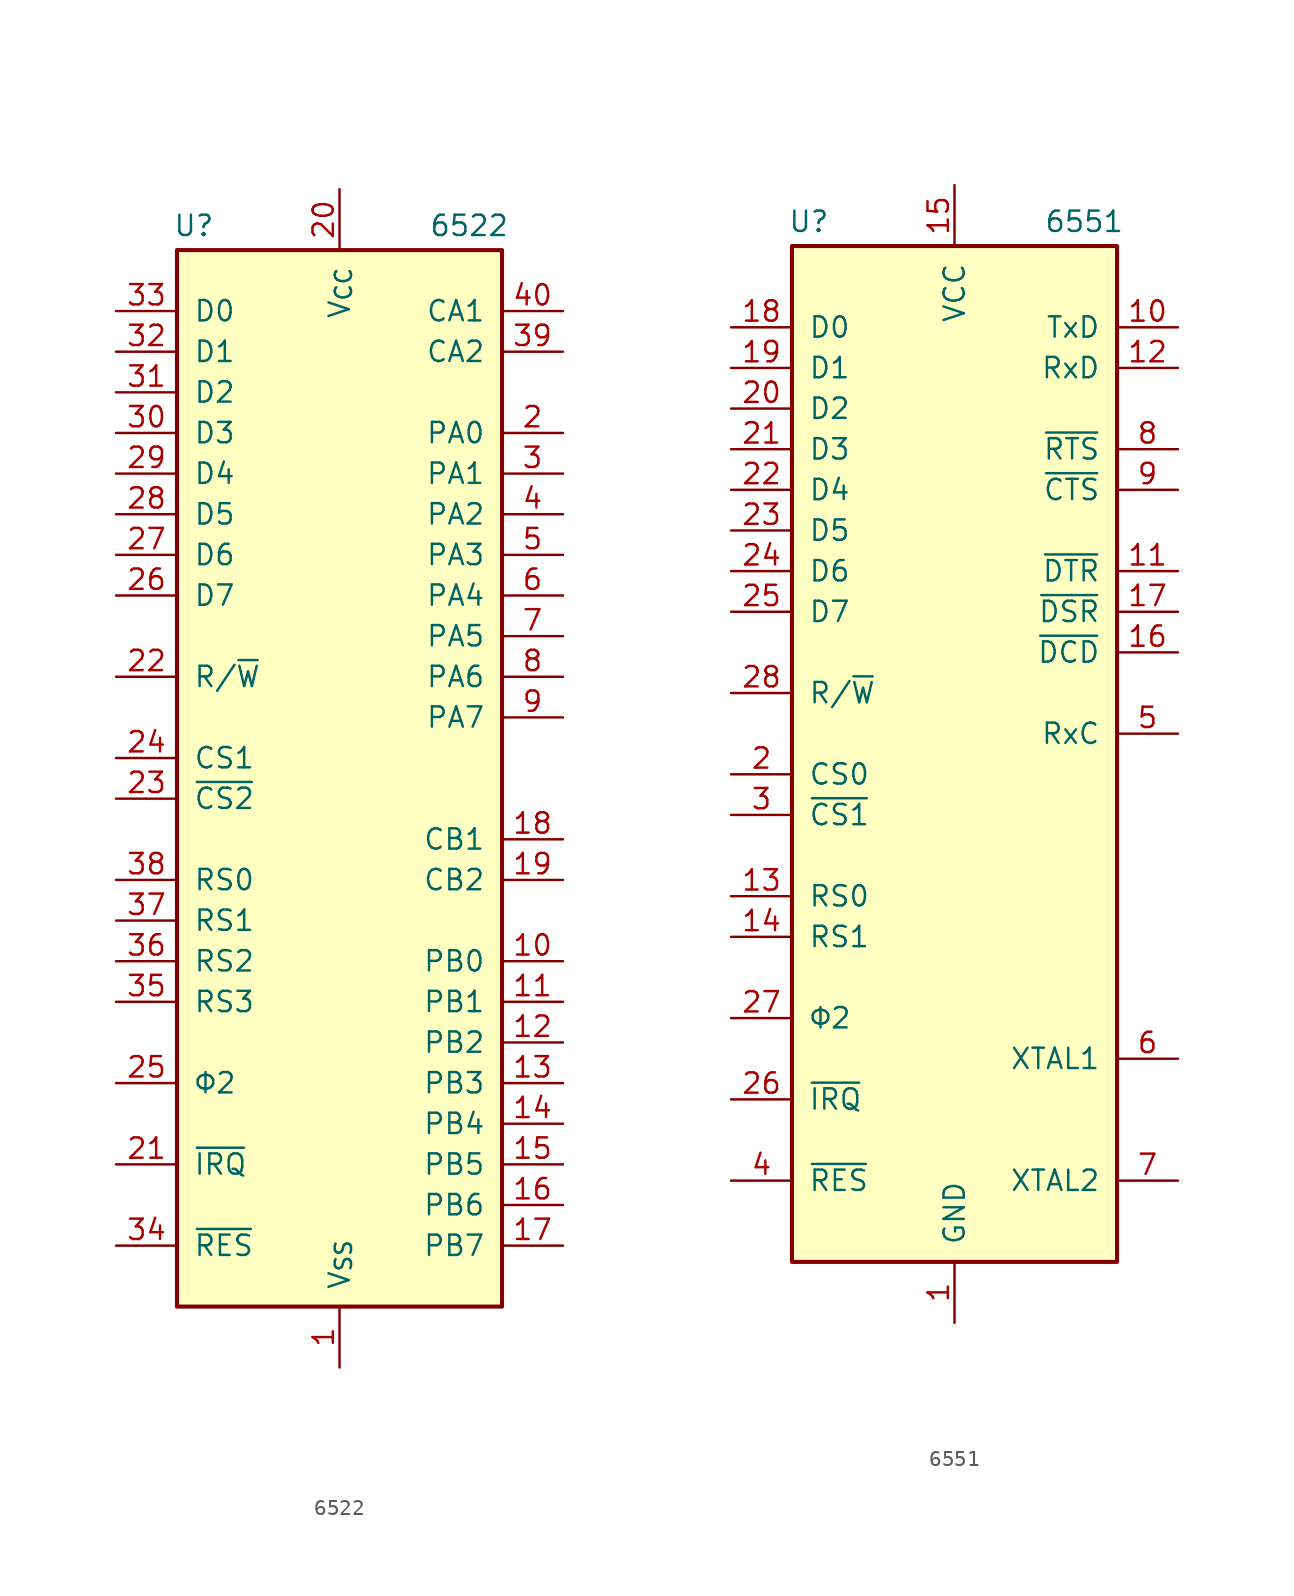
<source format=kicad_sym>
(kicad_symbol_lib
  (version 20231120)
  (generator "kicad_symbol_editor")
  (generator_version "8.0")
  (symbol "6522"
    (pin_names
      (offset 1.016))
    (property "Reference" "U"
      (at -10.414 34.544 0)
      (effects (font (size 1.27 1.27)) (justify left)))
    (property "Value" "6522"
      (at 5.588 34.544 0)
      (effects (font (size 1.27 1.27)) (justify left)))
    (symbol "6522_0_1"
      (rectangle (start -10.16 33.02) (end 10.16 -33.02) (stroke (width 0.254) (type default)) (fill (type background))))
    (symbol "6522_1_1"
      (pin power_in line (at 0 -36.83 90) (length 3.81) (name "V_{SS}" (effects (font (size 1.27 1.27)))) (number "1" (effects (font (size 1.27 1.27)))))
      (pin bidirectional line (at 13.97 -11.43 180) (length 3.81) (name "PB0" (effects (font (size 1.27 1.27)))) (number "10" (effects (font (size 1.27 1.27)))))
      (pin bidirectional line (at 13.97 -13.97 180) (length 3.81) (name "PB1" (effects (font (size 1.27 1.27)))) (number "11" (effects (font (size 1.27 1.27)))))
      (pin bidirectional line (at 13.97 -16.51 180) (length 3.81) (name "PB2" (effects (font (size 1.27 1.27)))) (number "12" (effects (font (size 1.27 1.27)))))
      (pin bidirectional line (at 13.97 -19.05 180) (length 3.81) (name "PB3" (effects (font (size 1.27 1.27)))) (number "13" (effects (font (size 1.27 1.27)))))
      (pin bidirectional line (at 13.97 -21.59 180) (length 3.81) (name "PB4" (effects (font (size 1.27 1.27)))) (number "14" (effects (font (size 1.27 1.27)))))
      (pin bidirectional line (at 13.97 -24.13 180) (length 3.81) (name "PB5" (effects (font (size 1.27 1.27)))) (number "15" (effects (font (size 1.27 1.27)))))
      (pin bidirectional line (at 13.97 -26.67 180) (length 3.81) (name "PB6" (effects (font (size 1.27 1.27)))) (number "16" (effects (font (size 1.27 1.27)))))
      (pin bidirectional line (at 13.97 -29.21 180) (length 3.81) (name "PB7" (effects (font (size 1.27 1.27)))) (number "17" (effects (font (size 1.27 1.27)))))
      (pin bidirectional line (at 13.97 -3.81 180) (length 3.81) (name "CB1" (effects (font (size 1.27 1.27)))) (number "18" (effects (font (size 1.27 1.27)))))
      (pin bidirectional line (at 13.97 -6.35 180) (length 3.81) (name "CB2" (effects (font (size 1.27 1.27)))) (number "19" (effects (font (size 1.27 1.27)))))
      (pin bidirectional line (at 13.97 21.59 180) (length 3.81) (name "PA0" (effects (font (size 1.27 1.27)))) (number "2" (effects (font (size 1.27 1.27)))))
      (pin power_in line (at 0 36.83 270) (length 3.81) (name "V_{CC}" (effects (font (size 1.27 1.27)))) (number "20" (effects (font (size 1.27 1.27)))))
      (pin open_collector line (at -13.97 -24.13 0) (length 3.81) (name "~{IRQ}" (effects (font (size 1.27 1.27)))) (number "21" (effects (font (size 1.27 1.27)))))
      (pin input line (at -13.97 6.35 0) (length 3.81) (name "R/~{W}" (effects (font (size 1.27 1.27)))) (number "22" (effects (font (size 1.27 1.27)))))
      (pin input line (at -13.97 -1.27 0) (length 3.81) (name "~{CS2}" (effects (font (size 1.27 1.27)))) (number "23" (effects (font (size 1.27 1.27)))))
      (pin input line (at -13.97 1.27 0) (length 3.81) (name "CS1" (effects (font (size 1.27 1.27)))) (number "24" (effects (font (size 1.27 1.27)))))
      (pin input line (at -13.97 -19.05 0) (length 3.81) (name "Φ2" (effects (font (size 1.27 1.27)))) (number "25" (effects (font (size 1.27 1.27)))))
      (pin bidirectional line (at -13.97 11.43 0) (length 3.81) (name "D7" (effects (font (size 1.27 1.27)))) (number "26" (effects (font (size 1.27 1.27)))))
      (pin bidirectional line (at -13.97 13.97 0) (length 3.81) (name "D6" (effects (font (size 1.27 1.27)))) (number "27" (effects (font (size 1.27 1.27)))))
      (pin bidirectional line (at -13.97 16.51 0) (length 3.81) (name "D5" (effects (font (size 1.27 1.27)))) (number "28" (effects (font (size 1.27 1.27)))))
      (pin bidirectional line (at -13.97 19.05 0) (length 3.81) (name "D4" (effects (font (size 1.27 1.27)))) (number "29" (effects (font (size 1.27 1.27)))))
      (pin bidirectional line (at 13.97 19.05 180) (length 3.81) (name "PA1" (effects (font (size 1.27 1.27)))) (number "3" (effects (font (size 1.27 1.27)))))
      (pin bidirectional line (at -13.97 21.59 0) (length 3.81) (name "D3" (effects (font (size 1.27 1.27)))) (number "30" (effects (font (size 1.27 1.27)))))
      (pin bidirectional line (at -13.97 24.13 0) (length 3.81) (name "D2" (effects (font (size 1.27 1.27)))) (number "31" (effects (font (size 1.27 1.27)))))
      (pin bidirectional line (at -13.97 26.67 0) (length 3.81) (name "D1" (effects (font (size 1.27 1.27)))) (number "32" (effects (font (size 1.27 1.27)))))
      (pin bidirectional line (at -13.97 29.21 0) (length 3.81) (name "D0" (effects (font (size 1.27 1.27)))) (number "33" (effects (font (size 1.27 1.27)))))
      (pin input line (at -13.97 -29.21 0) (length 3.81) (name "~{RES}" (effects (font (size 1.27 1.27)))) (number "34" (effects (font (size 1.27 1.27)))))
      (pin input line (at -13.97 -13.97 0) (length 3.81) (name "RS3" (effects (font (size 1.27 1.27)))) (number "35" (effects (font (size 1.27 1.27)))))
      (pin input line (at -13.97 -11.43 0) (length 3.81) (name "RS2" (effects (font (size 1.27 1.27)))) (number "36" (effects (font (size 1.27 1.27)))))
      (pin input line (at -13.97 -8.89 0) (length 3.81) (name "RS1" (effects (font (size 1.27 1.27)))) (number "37" (effects (font (size 1.27 1.27)))))
      (pin input line (at -13.97 -6.35 0) (length 3.81) (name "RS0" (effects (font (size 1.27 1.27)))) (number "38" (effects (font (size 1.27 1.27)))))
      (pin bidirectional line (at 13.97 26.67 180) (length 3.81) (name "CA2" (effects (font (size 1.27 1.27)))) (number "39" (effects (font (size 1.27 1.27)))))
      (pin bidirectional line (at 13.97 16.51 180) (length 3.81) (name "PA2" (effects (font (size 1.27 1.27)))) (number "4" (effects (font (size 1.27 1.27)))))
      (pin input line (at 13.97 29.21 180) (length 3.81) (name "CA1" (effects (font (size 1.27 1.27)))) (number "40" (effects (font (size 1.27 1.27)))))
      (pin bidirectional line (at 13.97 13.97 180) (length 3.81) (name "PA3" (effects (font (size 1.27 1.27)))) (number "5" (effects (font (size 1.27 1.27)))))
      (pin bidirectional line (at 13.97 11.43 180) (length 3.81) (name "PA4" (effects (font (size 1.27 1.27)))) (number "6" (effects (font (size 1.27 1.27)))))
      (pin bidirectional line (at 13.97 8.89 180) (length 3.81) (name "PA5" (effects (font (size 1.27 1.27)))) (number "7" (effects (font (size 1.27 1.27)))))
      (pin bidirectional line (at 13.97 6.35 180) (length 3.81) (name "PA6" (effects (font (size 1.27 1.27)))) (number "8" (effects (font (size 1.27 1.27)))))
      (pin bidirectional line (at 13.97 3.81 180) (length 3.81) (name "PA7" (effects (font (size 1.27 1.27)))) (number "9" (effects (font (size 1.27 1.27)))))))
  (symbol "6551"
    (pin_names
      (offset 1.016))
    (property "Reference" "U"
      (at -10.414 33.274 0)
      (effects (font (size 1.27 1.27)) (justify left)))
    (property "Value" "6551"
      (at 5.588 33.274 0)
      (effects (font (size 1.27 1.27)) (justify left)))
    (symbol "6551_0_1"
      (rectangle (start -10.16 31.75) (end 10.16 -31.75) (stroke (width 0.254) (type default)) (fill (type background))))
    (symbol "6551_1_1"
      (pin power_in line (at 0 -35.56 90) (length 3.81) (name "GND" (effects (font (size 1.27 1.27)))) (number "1" (effects (font (size 1.27 1.27)))))
      (pin output line (at 13.97 26.67 180) (length 3.81) (name "TxD" (effects (font (size 1.27 1.27)))) (number "10" (effects (font (size 1.27 1.27)))))
      (pin output line (at 13.97 11.43 180) (length 3.81) (name "~{DTR}" (effects (font (size 1.27 1.27)))) (number "11" (effects (font (size 1.27 1.27)))))
      (pin input line (at 13.97 24.13 180) (length 3.81) (name "RxD" (effects (font (size 1.27 1.27)))) (number "12" (effects (font (size 1.27 1.27)))))
      (pin input line (at -13.97 -8.89 0) (length 3.81) (name "RS0" (effects (font (size 1.27 1.27)))) (number "13" (effects (font (size 1.27 1.27)))))
      (pin input line (at -13.97 -11.43 0) (length 3.81) (name "RS1" (effects (font (size 1.27 1.27)))) (number "14" (effects (font (size 1.27 1.27)))))
      (pin power_in line (at 0 35.56 270) (length 3.81) (name "VCC" (effects (font (size 1.27 1.27)))) (number "15" (effects (font (size 1.27 1.27)))))
      (pin input line (at 13.97 6.35 180) (length 3.81) (name "~{DCD}" (effects (font (size 1.27 1.27)))) (number "16" (effects (font (size 1.27 1.27)))))
      (pin input line (at 13.97 8.89 180) (length 3.81) (name "~{DSR}" (effects (font (size 1.27 1.27)))) (number "17" (effects (font (size 1.27 1.27)))))
      (pin bidirectional line (at -13.97 26.67 0) (length 3.81) (name "D0" (effects (font (size 1.27 1.27)))) (number "18" (effects (font (size 1.27 1.27)))))
      (pin bidirectional line (at -13.97 24.13 0) (length 3.81) (name "D1" (effects (font (size 1.27 1.27)))) (number "19" (effects (font (size 1.27 1.27)))))
      (pin input line (at -13.97 -1.27 0) (length 3.81) (name "CS0" (effects (font (size 1.27 1.27)))) (number "2" (effects (font (size 1.27 1.27)))))
      (pin bidirectional line (at -13.97 21.59 0) (length 3.81) (name "D2" (effects (font (size 1.27 1.27)))) (number "20" (effects (font (size 1.27 1.27)))))
      (pin bidirectional line (at -13.97 19.05 0) (length 3.81) (name "D3" (effects (font (size 1.27 1.27)))) (number "21" (effects (font (size 1.27 1.27)))))
      (pin bidirectional line (at -13.97 16.51 0) (length 3.81) (name "D4" (effects (font (size 1.27 1.27)))) (number "22" (effects (font (size 1.27 1.27)))))
      (pin bidirectional line (at -13.97 13.97 0) (length 3.81) (name "D5" (effects (font (size 1.27 1.27)))) (number "23" (effects (font (size 1.27 1.27)))))
      (pin bidirectional line (at -13.97 11.43 0) (length 3.81) (name "D6" (effects (font (size 1.27 1.27)))) (number "24" (effects (font (size 1.27 1.27)))))
      (pin bidirectional line (at -13.97 8.89 0) (length 3.81) (name "D7" (effects (font (size 1.27 1.27)))) (number "25" (effects (font (size 1.27 1.27)))))
      (pin open_collector line (at -13.97 -21.59 0) (length 3.81) (name "~{IRQ}" (effects (font (size 1.27 1.27)))) (number "26" (effects (font (size 1.27 1.27)))))
      (pin input line (at -13.97 -16.51 0) (length 3.81) (name "Φ2" (effects (font (size 1.27 1.27)))) (number "27" (effects (font (size 1.27 1.27)))))
      (pin input line (at -13.97 3.81 0) (length 3.81) (name "R/~{W}" (effects (font (size 1.27 1.27)))) (number "28" (effects (font (size 1.27 1.27)))))
      (pin input line (at -13.97 -3.81 0) (length 3.81) (name "~{CS1}" (effects (font (size 1.27 1.27)))) (number "3" (effects (font (size 1.27 1.27)))))
      (pin input line (at -13.97 -26.67 0) (length 3.81) (name "~{RES}" (effects (font (size 1.27 1.27)))) (number "4" (effects (font (size 1.27 1.27)))))
      (pin bidirectional line (at 13.97 1.27 180) (length 3.81) (name "RxC" (effects (font (size 1.27 1.27)))) (number "5" (effects (font (size 1.27 1.27)))))
      (pin input line (at 13.97 -19.05 180) (length 3.81) (name "XTAL1" (effects (font (size 1.27 1.27)))) (number "6" (effects (font (size 1.27 1.27)))))
      (pin output line (at 13.97 -26.67 180) (length 3.81) (name "XTAL2" (effects (font (size 1.27 1.27)))) (number "7" (effects (font (size 1.27 1.27)))))
      (pin output line (at 13.97 19.05 180) (length 3.81) (name "~{RTS}" (effects (font (size 1.27 1.27)))) (number "8" (effects (font (size 1.27 1.27)))))
      (pin input line (at 13.97 16.51 180) (length 3.81) (name "~{CTS}" (effects (font (size 1.27 1.27)))) (number "9" (effects (font (size 1.27 1.27))))))))
</source>
